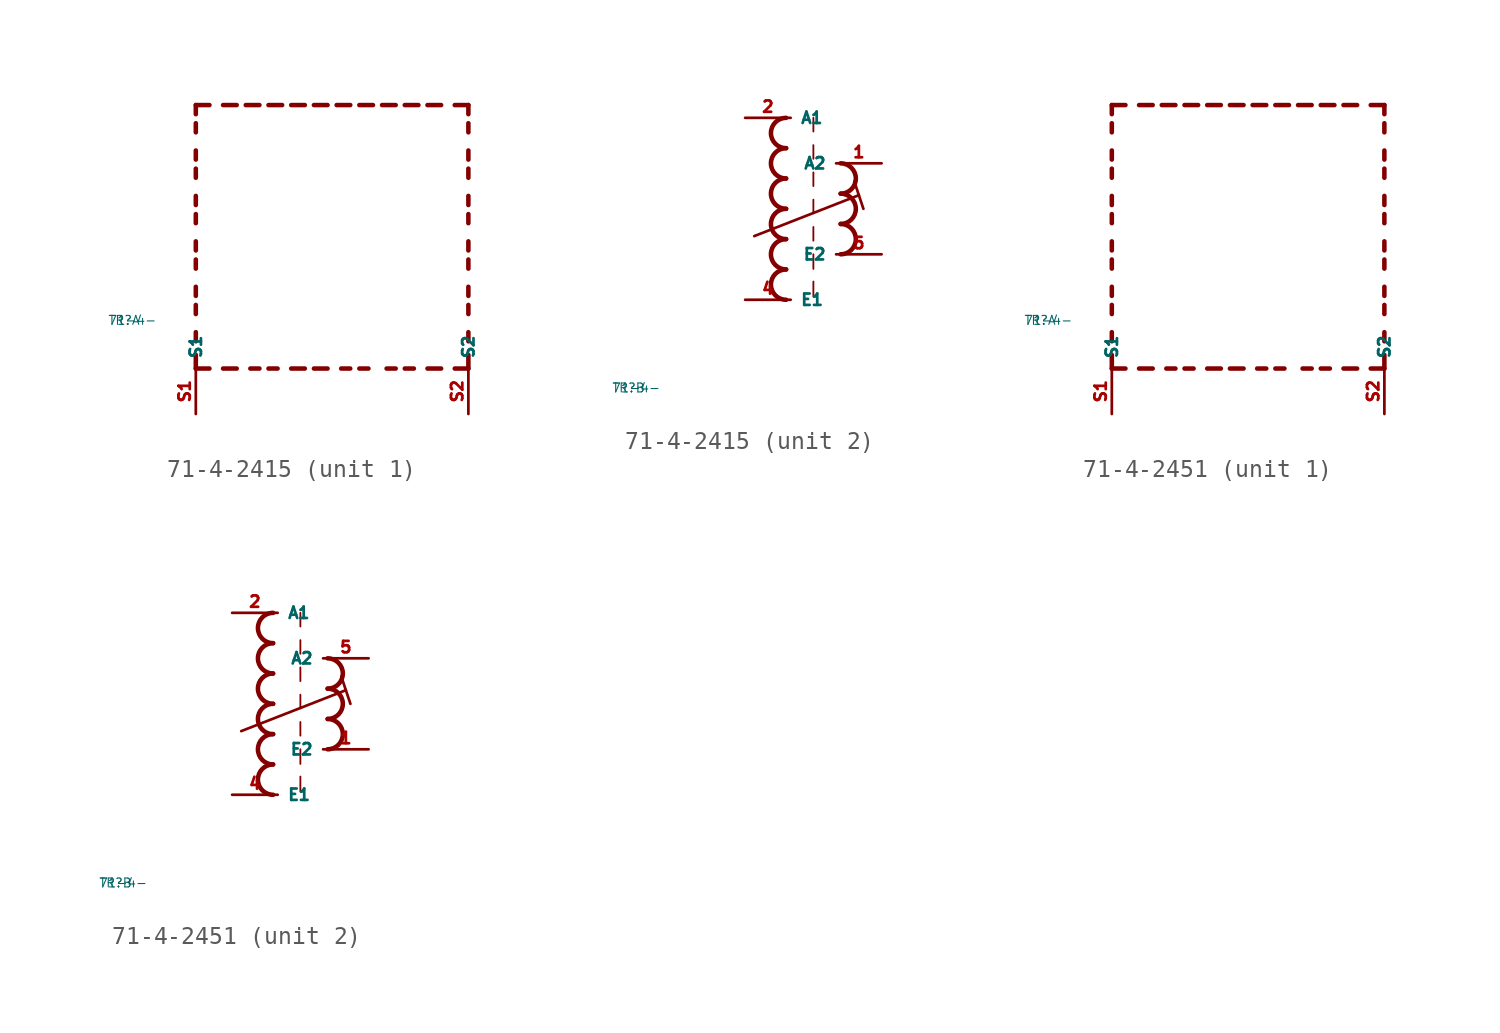
<source format=kicad_sym>
(kicad_symbol_lib
  (version 20220914)
  (generator kicad_symbol_editor)
  (symbol "71-4-2415"
    (property "Reference" "TR"
      (at -10 -10 0)
      (effects (font (size 0.5 0.5) (thickness 0.06)) (justify left)))
    (property "Value" "71-4-"
      (at -10 -10 0)
      (effects (font (size 0.5 0.5) (thickness 0.06)) (justify left)))
    (symbol "71-4-2415_1_0"
      (polyline (pts (xy -5.08 -12.7) (xy -5.08 -11.938)) (stroke (width 0.254) (type default)) (fill (type none)))
      (polyline (pts (xy -5.08 -12.7) (xy -4.318 -12.7)) (stroke (width 0.254) (type default)) (fill (type none)))
      (polyline (pts (xy -5.08 -11.176) (xy -5.08 -10.668)) (stroke (width 0.254) (type default)) (fill (type none)))
      (polyline (pts (xy -5.08 -9.652) (xy -5.08 -9.144)) (stroke (width 0.254) (type default)) (fill (type none)))
      (polyline (pts (xy -5.08 -8.636) (xy -5.08 -8.128)) (stroke (width 0.254) (type default)) (fill (type none)))
      (polyline (pts (xy -5.08 -7.112) (xy -5.08 -6.604)) (stroke (width 0.254) (type default)) (fill (type none)))
      (polyline (pts (xy -5.08 -6.096) (xy -5.08 -5.588)) (stroke (width 0.254) (type default)) (fill (type none)))
      (polyline (pts (xy -5.08 -4.572) (xy -5.08 -4.064)) (stroke (width 0.254) (type default)) (fill (type none)))
      (polyline (pts (xy -5.08 -3.556) (xy -5.08 -3.048)) (stroke (width 0.254) (type default)) (fill (type none)))
      (polyline (pts (xy -5.08 -2.032) (xy -5.08 -1.524)) (stroke (width 0.254) (type default)) (fill (type none)))
      (polyline (pts (xy -5.08 -1.016) (xy -5.08 -0.508)) (stroke (width 0.254) (type default)) (fill (type none)))
      (polyline (pts (xy -5.08 0.508) (xy -5.08 1.016)) (stroke (width 0.254) (type default)) (fill (type none)))
      (polyline (pts (xy -5.08 1.524) (xy -5.08 2.032)) (stroke (width 0.254) (type default)) (fill (type none)))
      (polyline (pts (xy -5.08 2.032) (xy -4.318 2.032)) (stroke (width 0.254) (type default)) (fill (type none)))
      (polyline (pts (xy -3.556 -12.7) (xy -2.794 -12.7)) (stroke (width 0.254) (type default)) (fill (type none)))
      (polyline (pts (xy -3.556 2.032) (xy -2.794 2.032)) (stroke (width 0.254) (type default)) (fill (type none)))
      (polyline (pts (xy -1.524 -12.7) (xy -2.032 -12.7)) (stroke (width 0.254) (type default)) (fill (type none)))
      (polyline (pts (xy -1.524 2.032) (xy -2.286 2.032)) (stroke (width 0.254) (type default)) (fill (type none)))
      (polyline (pts (xy -1.016 2.032) (xy -0.254 2.032)) (stroke (width 0.254) (type default)) (fill (type none)))
      (polyline (pts (xy -0.508 -12.7) (xy -1.016 -12.7)) (stroke (width 0.254) (type default)) (fill (type none)))
      (polyline (pts (xy 1.016 -12.7) (xy 0.254 -12.7)) (stroke (width 0.254) (type default)) (fill (type none)))
      (polyline (pts (xy 1.016 2.032) (xy 0.254 2.032)) (stroke (width 0.254) (type default)) (fill (type none)))
      (polyline (pts (xy 1.524 -12.7) (xy 2.286 -12.7)) (stroke (width 0.254) (type default)) (fill (type none)))
      (polyline (pts (xy 1.524 2.032) (xy 2.286 2.032)) (stroke (width 0.254) (type default)) (fill (type none)))
      (polyline (pts (xy 3.556 -12.7) (xy 3.048 -12.7)) (stroke (width 0.254) (type default)) (fill (type none)))
      (polyline (pts (xy 3.556 2.032) (xy 2.794 2.032)) (stroke (width 0.254) (type default)) (fill (type none)))
      (polyline (pts (xy 4.064 2.032) (xy 4.826 2.032)) (stroke (width 0.254) (type default)) (fill (type none)))
      (polyline (pts (xy 4.572 -12.7) (xy 4.064 -12.7)) (stroke (width 0.254) (type default)) (fill (type none)))
      (polyline (pts (xy 6.096 -12.7) (xy 5.588 -12.7)) (stroke (width 0.254) (type default)) (fill (type none)))
      (polyline (pts (xy 6.096 2.032) (xy 5.334 2.032)) (stroke (width 0.254) (type default)) (fill (type none)))
      (polyline (pts (xy 6.604 2.032) (xy 7.366 2.032)) (stroke (width 0.254) (type default)) (fill (type none)))
      (polyline (pts (xy 7.112 -12.7) (xy 6.604 -12.7)) (stroke (width 0.254) (type default)) (fill (type none)))
      (polyline (pts (xy 8.636 -12.7) (xy 7.874 -12.7)) (stroke (width 0.254) (type default)) (fill (type none)))
      (polyline (pts (xy 8.636 2.032) (xy 7.874 2.032)) (stroke (width 0.254) (type default)) (fill (type none)))
      (polyline (pts (xy 10.16 -12.7) (xy 9.398 -12.7)) (stroke (width 0.254) (type default)) (fill (type none)))
      (polyline (pts (xy 10.16 -12.7) (xy 10.16 -11.938)) (stroke (width 0.254) (type default)) (fill (type none)))
      (polyline (pts (xy 10.16 -11.176) (xy 10.16 -10.668)) (stroke (width 0.254) (type default)) (fill (type none)))
      (polyline (pts (xy 10.16 -9.652) (xy 10.16 -9.144)) (stroke (width 0.254) (type default)) (fill (type none)))
      (polyline (pts (xy 10.16 -8.636) (xy 10.16 -8.128)) (stroke (width 0.254) (type default)) (fill (type none)))
      (polyline (pts (xy 10.16 -7.112) (xy 10.16 -6.604)) (stroke (width 0.254) (type default)) (fill (type none)))
      (polyline (pts (xy 10.16 -6.096) (xy 10.16 -5.588)) (stroke (width 0.254) (type default)) (fill (type none)))
      (polyline (pts (xy 10.16 -4.572) (xy 10.16 -4.064)) (stroke (width 0.254) (type default)) (fill (type none)))
      (polyline (pts (xy 10.16 -3.556) (xy 10.16 -3.048)) (stroke (width 0.254) (type default)) (fill (type none)))
      (polyline (pts (xy 10.16 -2.032) (xy 10.16 -1.524)) (stroke (width 0.254) (type default)) (fill (type none)))
      (polyline (pts (xy 10.16 -1.016) (xy 10.16 -0.508)) (stroke (width 0.254) (type default)) (fill (type none)))
      (polyline (pts (xy 10.16 0.508) (xy 10.16 1.016)) (stroke (width 0.254) (type default)) (fill (type none)))
      (polyline (pts (xy 10.16 1.524) (xy 10.16 2.032)) (stroke (width 0.254) (type default)) (fill (type none)))
      (polyline (pts (xy 10.16 2.032) (xy 9.398 2.032)) (stroke (width 0.254) (type default)) (fill (type none)))
      (pin passive line (at -5.08 -15.24 90) (length 2.54) (name "S1" (effects (font (size 0.635 0.635)))) (number "S1" (effects (font (size 0.635 0.635)))))
      (pin passive line (at 10.16 -15.24 90) (length 2.54) (name "S2" (effects (font (size 0.635 0.635)))) (number "S2" (effects (font (size 0.635 0.635))))))
    (symbol "71-4-2415_2_0"
      (arc (start -0.254 -3.3866) (mid -1.1004 -4.2333) (end -0.254 -5.08) (stroke (width 0.254) (type default)) (fill (type none)))
      (arc (start -0.254 -1.6932) (mid -1.1004 -2.5399) (end -0.254 -3.3866) (stroke (width 0.254) (type default)) (fill (type none)))
      (arc (start -0.254 0) (mid -1.1004 -0.8467) (end -0.254 -1.6934) (stroke (width 0.254) (type default)) (fill (type none)))
      (arc (start -0.254 1.6934) (mid -1.1004 0.8467) (end -0.254 0) (stroke (width 0.254) (type default)) (fill (type none)))
      (arc (start -0.254 3.3866) (mid -1.1002 2.54) (end -0.254 1.6934) (stroke (width 0.254) (type default)) (fill (type none)))
      (arc (start -0.254 5.08) (mid -1.1004 4.2333) (end -0.254 3.3866) (stroke (width 0.254) (type default)) (fill (type none)))
      (polyline (pts (xy -2.032 -1.524) (xy 3.81 0.762)) (stroke (width 0.152) (type default)) (fill (type none)))
      (polyline (pts (xy 1.27 -4.064) (xy 1.27 -4.88)) (stroke (width 0.102) (type default)) (fill (type none)))
      (polyline (pts (xy 1.27 -2.54) (xy 1.27 -3.356)) (stroke (width 0.102) (type default)) (fill (type none)))
      (polyline (pts (xy 1.27 -1.016) (xy 1.27 -1.778)) (stroke (width 0.102) (type default)) (fill (type none)))
      (polyline (pts (xy 1.27 0.508) (xy 1.27 -0.254)) (stroke (width 0.102) (type default)) (fill (type none)))
      (polyline (pts (xy 1.27 2.032) (xy 1.27 1.27)) (stroke (width 0.102) (type default)) (fill (type none)))
      (polyline (pts (xy 1.27 3.556) (xy 1.27 2.794)) (stroke (width 0.102) (type default)) (fill (type none)))
      (polyline (pts (xy 1.27 5.08) (xy 1.27 4.318)) (stroke (width 0.102) (type default)) (fill (type none)))
      (polyline (pts (xy 3.556 1.524) (xy 4.064 0)) (stroke (width 0.152) (type default)) (fill (type none)))
      (arc (start 2.794 -2.54) (mid 3.6404 -1.6933) (end 2.794 -0.8466) (stroke (width 0.254) (type default)) (fill (type none)))
      (arc (start 2.794 -0.8466) (mid 3.6402 0) (end 2.794 0.8466) (stroke (width 0.254) (type default)) (fill (type none)))
      (arc (start 2.794 0.8466) (mid 3.6404 1.6933) (end 2.794 2.54) (stroke (width 0.254) (type default)) (fill (type none)))
      (pin passive line (at 5.08 2.54 180) (length 2.54) (name "A2" (effects (font (size 0.635 0.635)))) (number "1" (effects (font (size 0.635 0.635)))))
      (pin passive line (at -2.54 5.08 0) (length 2.54) (name "A1" (effects (font (size 0.635 0.635)))) (number "2" (effects (font (size 0.635 0.635)))))
      (pin passive line (at -2.54 -5.08 0) (length 2.54) (name "E1" (effects (font (size 0.635 0.635)))) (number "4" (effects (font (size 0.635 0.635)))))
      (pin passive line (at 5.08 -2.54 180) (length 2.54) (name "E2" (effects (font (size 0.635 0.635)))) (number "5" (effects (font (size 0.635 0.635)))))))
  (symbol "71-4-2451"
    (property "Reference" "TR"
      (at -10 -10 0)
      (effects (font (size 0.5 0.5) (thickness 0.06)) (justify left)))
    (property "Value" "71-4-"
      (at -10 -10 0)
      (effects (font (size 0.5 0.5) (thickness 0.06)) (justify left)))
    (symbol "71-4-2451_1_0"
      (polyline (pts (xy -5.08 -12.7) (xy -5.08 -11.938)) (stroke (width 0.254) (type default)) (fill (type none)))
      (polyline (pts (xy -5.08 -12.7) (xy -4.318 -12.7)) (stroke (width 0.254) (type default)) (fill (type none)))
      (polyline (pts (xy -5.08 -11.176) (xy -5.08 -10.668)) (stroke (width 0.254) (type default)) (fill (type none)))
      (polyline (pts (xy -5.08 -9.652) (xy -5.08 -9.144)) (stroke (width 0.254) (type default)) (fill (type none)))
      (polyline (pts (xy -5.08 -8.636) (xy -5.08 -8.128)) (stroke (width 0.254) (type default)) (fill (type none)))
      (polyline (pts (xy -5.08 -7.112) (xy -5.08 -6.604)) (stroke (width 0.254) (type default)) (fill (type none)))
      (polyline (pts (xy -5.08 -6.096) (xy -5.08 -5.588)) (stroke (width 0.254) (type default)) (fill (type none)))
      (polyline (pts (xy -5.08 -4.572) (xy -5.08 -4.064)) (stroke (width 0.254) (type default)) (fill (type none)))
      (polyline (pts (xy -5.08 -3.556) (xy -5.08 -3.048)) (stroke (width 0.254) (type default)) (fill (type none)))
      (polyline (pts (xy -5.08 -2.032) (xy -5.08 -1.524)) (stroke (width 0.254) (type default)) (fill (type none)))
      (polyline (pts (xy -5.08 -1.016) (xy -5.08 -0.508)) (stroke (width 0.254) (type default)) (fill (type none)))
      (polyline (pts (xy -5.08 0.508) (xy -5.08 1.016)) (stroke (width 0.254) (type default)) (fill (type none)))
      (polyline (pts (xy -5.08 1.524) (xy -5.08 2.032)) (stroke (width 0.254) (type default)) (fill (type none)))
      (polyline (pts (xy -5.08 2.032) (xy -4.318 2.032)) (stroke (width 0.254) (type default)) (fill (type none)))
      (polyline (pts (xy -3.556 -12.7) (xy -2.794 -12.7)) (stroke (width 0.254) (type default)) (fill (type none)))
      (polyline (pts (xy -3.556 2.032) (xy -2.794 2.032)) (stroke (width 0.254) (type default)) (fill (type none)))
      (polyline (pts (xy -1.524 -12.7) (xy -2.032 -12.7)) (stroke (width 0.254) (type default)) (fill (type none)))
      (polyline (pts (xy -1.524 2.032) (xy -2.286 2.032)) (stroke (width 0.254) (type default)) (fill (type none)))
      (polyline (pts (xy -1.016 2.032) (xy -0.254 2.032)) (stroke (width 0.254) (type default)) (fill (type none)))
      (polyline (pts (xy -0.508 -12.7) (xy -1.016 -12.7)) (stroke (width 0.254) (type default)) (fill (type none)))
      (polyline (pts (xy 1.016 -12.7) (xy 0.254 -12.7)) (stroke (width 0.254) (type default)) (fill (type none)))
      (polyline (pts (xy 1.016 2.032) (xy 0.254 2.032)) (stroke (width 0.254) (type default)) (fill (type none)))
      (polyline (pts (xy 1.524 -12.7) (xy 2.286 -12.7)) (stroke (width 0.254) (type default)) (fill (type none)))
      (polyline (pts (xy 1.524 2.032) (xy 2.286 2.032)) (stroke (width 0.254) (type default)) (fill (type none)))
      (polyline (pts (xy 3.556 -12.7) (xy 3.048 -12.7)) (stroke (width 0.254) (type default)) (fill (type none)))
      (polyline (pts (xy 3.556 2.032) (xy 2.794 2.032)) (stroke (width 0.254) (type default)) (fill (type none)))
      (polyline (pts (xy 4.064 2.032) (xy 4.826 2.032)) (stroke (width 0.254) (type default)) (fill (type none)))
      (polyline (pts (xy 4.572 -12.7) (xy 4.064 -12.7)) (stroke (width 0.254) (type default)) (fill (type none)))
      (polyline (pts (xy 6.096 -12.7) (xy 5.588 -12.7)) (stroke (width 0.254) (type default)) (fill (type none)))
      (polyline (pts (xy 6.096 2.032) (xy 5.334 2.032)) (stroke (width 0.254) (type default)) (fill (type none)))
      (polyline (pts (xy 6.604 2.032) (xy 7.366 2.032)) (stroke (width 0.254) (type default)) (fill (type none)))
      (polyline (pts (xy 7.112 -12.7) (xy 6.604 -12.7)) (stroke (width 0.254) (type default)) (fill (type none)))
      (polyline (pts (xy 8.636 -12.7) (xy 7.874 -12.7)) (stroke (width 0.254) (type default)) (fill (type none)))
      (polyline (pts (xy 8.636 2.032) (xy 7.874 2.032)) (stroke (width 0.254) (type default)) (fill (type none)))
      (polyline (pts (xy 10.16 -12.7) (xy 9.398 -12.7)) (stroke (width 0.254) (type default)) (fill (type none)))
      (polyline (pts (xy 10.16 -12.7) (xy 10.16 -11.938)) (stroke (width 0.254) (type default)) (fill (type none)))
      (polyline (pts (xy 10.16 -11.176) (xy 10.16 -10.668)) (stroke (width 0.254) (type default)) (fill (type none)))
      (polyline (pts (xy 10.16 -9.652) (xy 10.16 -9.144)) (stroke (width 0.254) (type default)) (fill (type none)))
      (polyline (pts (xy 10.16 -8.636) (xy 10.16 -8.128)) (stroke (width 0.254) (type default)) (fill (type none)))
      (polyline (pts (xy 10.16 -7.112) (xy 10.16 -6.604)) (stroke (width 0.254) (type default)) (fill (type none)))
      (polyline (pts (xy 10.16 -6.096) (xy 10.16 -5.588)) (stroke (width 0.254) (type default)) (fill (type none)))
      (polyline (pts (xy 10.16 -4.572) (xy 10.16 -4.064)) (stroke (width 0.254) (type default)) (fill (type none)))
      (polyline (pts (xy 10.16 -3.556) (xy 10.16 -3.048)) (stroke (width 0.254) (type default)) (fill (type none)))
      (polyline (pts (xy 10.16 -2.032) (xy 10.16 -1.524)) (stroke (width 0.254) (type default)) (fill (type none)))
      (polyline (pts (xy 10.16 -1.016) (xy 10.16 -0.508)) (stroke (width 0.254) (type default)) (fill (type none)))
      (polyline (pts (xy 10.16 0.508) (xy 10.16 1.016)) (stroke (width 0.254) (type default)) (fill (type none)))
      (polyline (pts (xy 10.16 1.524) (xy 10.16 2.032)) (stroke (width 0.254) (type default)) (fill (type none)))
      (polyline (pts (xy 10.16 2.032) (xy 9.398 2.032)) (stroke (width 0.254) (type default)) (fill (type none)))
      (pin passive line (at -5.08 -15.24 90) (length 2.54) (name "S1" (effects (font (size 0.635 0.635)))) (number "S1" (effects (font (size 0.635 0.635)))))
      (pin passive line (at 10.16 -15.24 90) (length 2.54) (name "S2" (effects (font (size 0.635 0.635)))) (number "S2" (effects (font (size 0.635 0.635))))))
    (symbol "71-4-2451_2_0"
      (arc (start -0.254 -3.3866) (mid -1.1004 -4.2333) (end -0.254 -5.08) (stroke (width 0.254) (type default)) (fill (type none)))
      (arc (start -0.254 -1.6932) (mid -1.1004 -2.5399) (end -0.254 -3.3866) (stroke (width 0.254) (type default)) (fill (type none)))
      (arc (start -0.254 0) (mid -1.1004 -0.8467) (end -0.254 -1.6934) (stroke (width 0.254) (type default)) (fill (type none)))
      (arc (start -0.254 1.6934) (mid -1.1004 0.8467) (end -0.254 0) (stroke (width 0.254) (type default)) (fill (type none)))
      (arc (start -0.254 3.3866) (mid -1.1002 2.54) (end -0.254 1.6934) (stroke (width 0.254) (type default)) (fill (type none)))
      (arc (start -0.254 5.08) (mid -1.1004 4.2333) (end -0.254 3.3866) (stroke (width 0.254) (type default)) (fill (type none)))
      (polyline (pts (xy -2.032 -1.524) (xy 3.81 0.762)) (stroke (width 0.152) (type default)) (fill (type none)))
      (polyline (pts (xy 1.27 -4.064) (xy 1.27 -4.88)) (stroke (width 0.102) (type default)) (fill (type none)))
      (polyline (pts (xy 1.27 -2.54) (xy 1.27 -3.356)) (stroke (width 0.102) (type default)) (fill (type none)))
      (polyline (pts (xy 1.27 -1.016) (xy 1.27 -1.778)) (stroke (width 0.102) (type default)) (fill (type none)))
      (polyline (pts (xy 1.27 0.508) (xy 1.27 -0.254)) (stroke (width 0.102) (type default)) (fill (type none)))
      (polyline (pts (xy 1.27 2.032) (xy 1.27 1.27)) (stroke (width 0.102) (type default)) (fill (type none)))
      (polyline (pts (xy 1.27 3.556) (xy 1.27 2.794)) (stroke (width 0.102) (type default)) (fill (type none)))
      (polyline (pts (xy 1.27 5.08) (xy 1.27 4.318)) (stroke (width 0.102) (type default)) (fill (type none)))
      (polyline (pts (xy 3.556 1.524) (xy 4.064 0)) (stroke (width 0.152) (type default)) (fill (type none)))
      (arc (start 2.794 -2.54) (mid 3.6404 -1.6933) (end 2.794 -0.8466) (stroke (width 0.254) (type default)) (fill (type none)))
      (arc (start 2.794 -0.8466) (mid 3.6402 0) (end 2.794 0.8466) (stroke (width 0.254) (type default)) (fill (type none)))
      (arc (start 2.794 0.8466) (mid 3.6404 1.6933) (end 2.794 2.54) (stroke (width 0.254) (type default)) (fill (type none)))
      (pin passive line (at 5.08 -2.54 180) (length 2.54) (name "E2" (effects (font (size 0.635 0.635)))) (number "1" (effects (font (size 0.635 0.635)))))
      (pin passive line (at -2.54 5.08 0) (length 2.54) (name "A1" (effects (font (size 0.635 0.635)))) (number "2" (effects (font (size 0.635 0.635)))))
      (pin passive line (at -2.54 -5.08 0) (length 2.54) (name "E1" (effects (font (size 0.635 0.635)))) (number "4" (effects (font (size 0.635 0.635)))))
      (pin passive line (at 5.08 2.54 180) (length 2.54) (name "A2" (effects (font (size 0.635 0.635)))) (number "5" (effects (font (size 0.635 0.635))))))))
</source>
